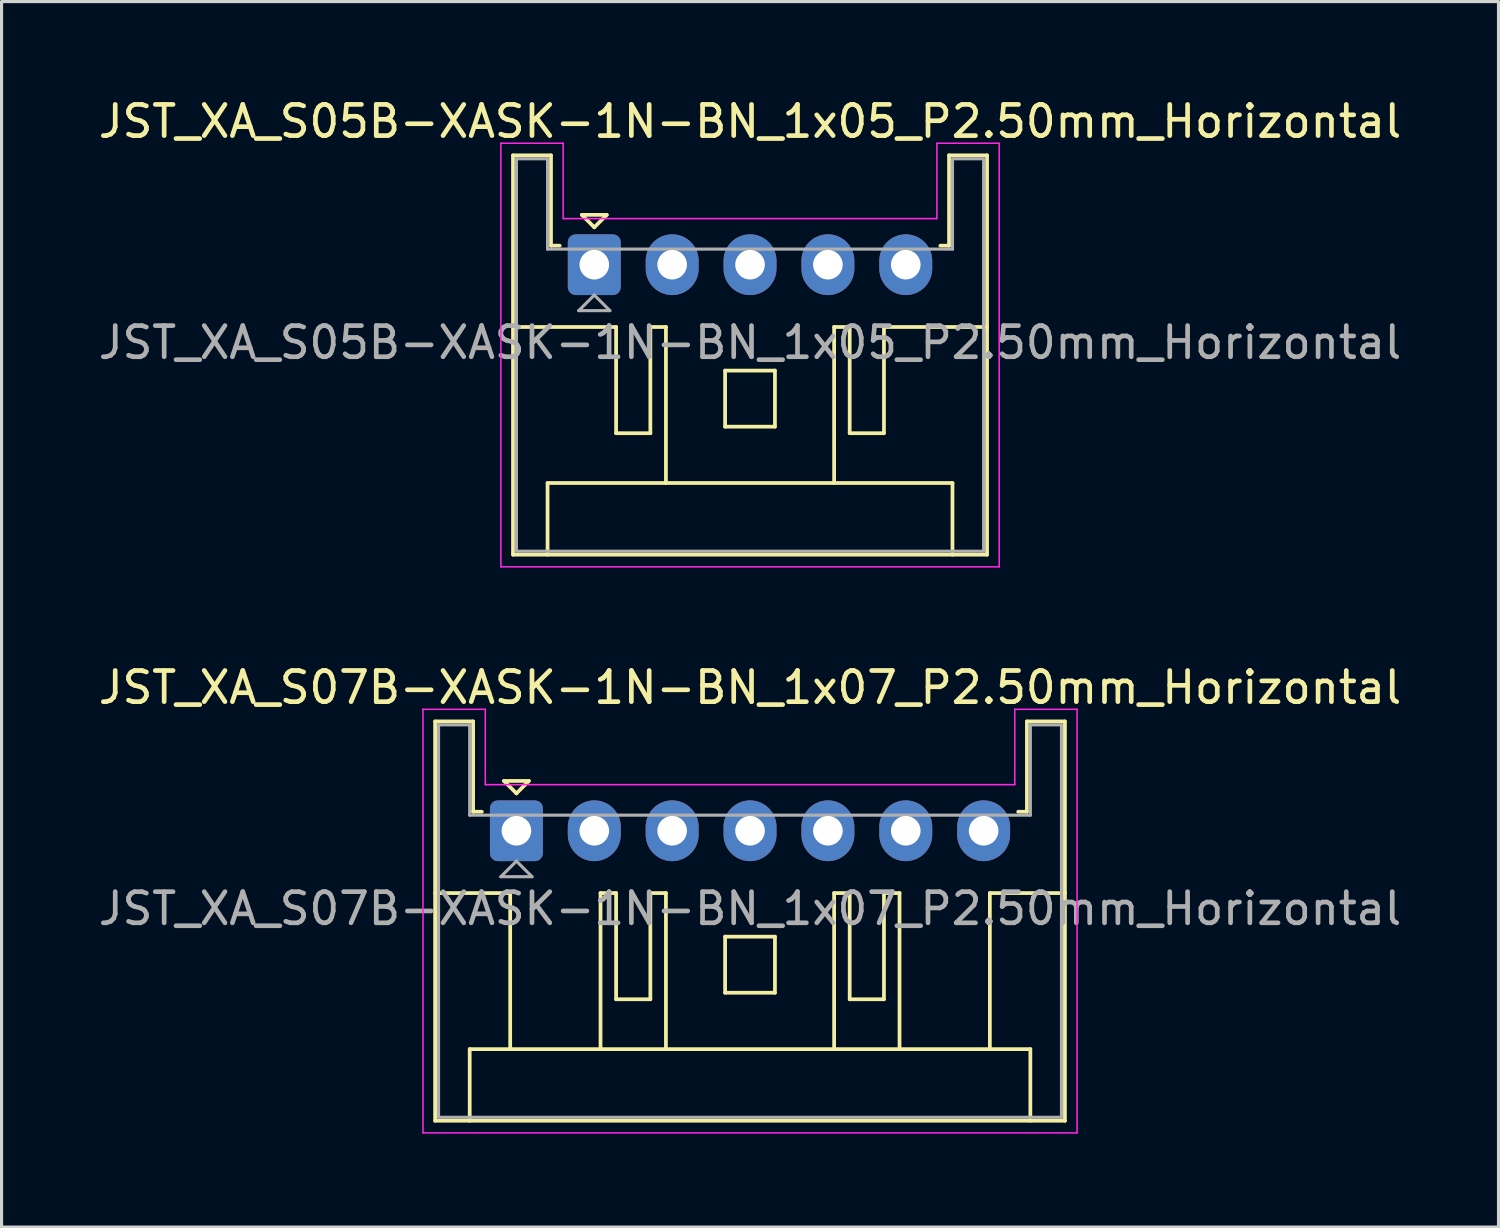
<source format=kicad_pcb>
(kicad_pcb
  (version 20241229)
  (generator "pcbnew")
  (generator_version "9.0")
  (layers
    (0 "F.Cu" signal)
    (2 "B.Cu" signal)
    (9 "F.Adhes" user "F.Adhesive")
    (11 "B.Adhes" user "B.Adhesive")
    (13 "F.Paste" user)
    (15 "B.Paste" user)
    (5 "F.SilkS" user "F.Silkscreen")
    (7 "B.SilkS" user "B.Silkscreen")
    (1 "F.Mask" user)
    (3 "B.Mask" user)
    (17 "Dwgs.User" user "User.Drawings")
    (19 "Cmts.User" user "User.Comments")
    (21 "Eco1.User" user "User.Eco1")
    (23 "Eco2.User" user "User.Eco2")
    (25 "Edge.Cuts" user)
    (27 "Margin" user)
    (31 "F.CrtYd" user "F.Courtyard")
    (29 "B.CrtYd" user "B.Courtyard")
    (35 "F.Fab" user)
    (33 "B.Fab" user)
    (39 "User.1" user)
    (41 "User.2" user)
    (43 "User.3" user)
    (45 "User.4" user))
  (footprint "JST_XA_S07B-XASK-1N-BN_1x07_P2.50mm_Horizontal"
    (layer "F.Cu")
    (at 13.53 23.622)
    (property "Reference" "JST_XA_S07B-XASK-1N-BN_1x07_P2.50mm_Horizontal" (at 7.5 -4.6 0) (layer "F.SilkS") (effects (font (size 1 1) (thickness 0.15))))
    (attr through_hole)
    (fp_line (start -2.61 -3.51) (end -2.61 9.31) (stroke (width 0.12) (type solid)) (layer "F.SilkS"))
    (fp_line (start -2.61 9.31) (end 17.61 9.31) (stroke (width 0.12) (type solid)) (layer "F.SilkS"))
    (fp_line (start -1.5 7.01) (end 16.5 7.01) (stroke (width 0.12) (type solid)) (layer "F.SilkS"))
    (fp_line (start -1.5 9.31) (end -1.5 7.01) (stroke (width 0.12) (type solid)) (layer "F.SilkS"))
    (fp_line (start -1.39 -3.51) (end -2.61 -3.51) (stroke (width 0.12) (type solid)) (layer "F.SilkS"))
    (fp_line (start -1.39 -0.61) (end -1.39 -3.51) (stroke (width 0.12) (type solid)) (layer "F.SilkS"))
    (fp_line (start -1.11 -0.61) (end -1.39 -0.61) (stroke (width 0.12) (type solid)) (layer "F.SilkS"))
    (fp_line (start -0.4 -1.6) (end 0.4 -1.6) (stroke (width 0.12) (type solid)) (layer "F.SilkS"))
    (fp_line (start -0.2 2) (end -2.61 2) (stroke (width 0.12) (type solid)) (layer "F.SilkS"))
    (fp_line (start -0.2 7.01) (end -0.2 2) (stroke (width 0.12) (type solid)) (layer "F.SilkS"))
    (fp_line (start 0 -1.2) (end -0.4 -1.6) (stroke (width 0.12) (type solid)) (layer "F.SilkS"))
    (fp_line (start 0.4 -1.6) (end 0 -1.2) (stroke (width 0.12) (type solid)) (layer "F.SilkS"))
    (fp_line (start 2.7 2) (end 2.7 7.01) (stroke (width 0.12) (type solid)) (layer "F.SilkS"))
    (fp_line (start 3.2 2) (end 2.7 2) (stroke (width 0.12) (type solid)) (layer "F.SilkS"))
    (fp_line (start 3.2 5.41) (end 3.2 2) (stroke (width 0.12) (type solid)) (layer "F.SilkS"))
    (fp_line (start 4.3 2) (end 4.3 5.41) (stroke (width 0.12) (type solid)) (layer "F.SilkS"))
    (fp_line (start 4.3 5.41) (end 3.2 5.41) (stroke (width 0.12) (type solid)) (layer "F.SilkS"))
    (fp_line (start 4.8 2) (end 4.3 2) (stroke (width 0.12) (type solid)) (layer "F.SilkS"))
    (fp_line (start 4.8 7.01) (end 4.8 2) (stroke (width 0.12) (type solid)) (layer "F.SilkS"))
    (fp_line (start 6.7 3.4) (end 8.3 3.4) (stroke (width 0.12) (type solid)) (layer "F.SilkS"))
    (fp_line (start 6.7 5.2) (end 6.7 3.4) (stroke (width 0.12) (type solid)) (layer "F.SilkS"))
    (fp_line (start 8.3 3.4) (end 8.3 5.2) (stroke (width 0.12) (type solid)) (layer "F.SilkS"))
    (fp_line (start 8.3 5.2) (end 6.7 5.2) (stroke (width 0.12) (type solid)) (layer "F.SilkS"))
    (fp_line (start 10.2 2) (end 10.7 2) (stroke (width 0.12) (type solid)) (layer "F.SilkS"))
    (fp_line (start 10.2 7.01) (end 10.2 2) (stroke (width 0.12) (type solid)) (layer "F.SilkS"))
    (fp_line (start 10.7 2) (end 10.7 5.41) (stroke (width 0.12) (type solid)) (layer "F.SilkS"))
    (fp_line (start 10.7 5.41) (end 11.8 5.41) (stroke (width 0.12) (type solid)) (layer "F.SilkS"))
    (fp_line (start 11.8 2) (end 12.3 2) (stroke (width 0.12) (type solid)) (layer "F.SilkS"))
    (fp_line (start 11.8 5.41) (end 11.8 2) (stroke (width 0.12) (type solid)) (layer "F.SilkS"))
    (fp_line (start 12.3 2) (end 12.3 7.01) (stroke (width 0.12) (type solid)) (layer "F.SilkS"))
    (fp_line (start 15.2 2) (end 17.61 2) (stroke (width 0.12) (type solid)) (layer "F.SilkS"))
    (fp_line (start 15.2 7.01) (end 15.2 2) (stroke (width 0.12) (type solid)) (layer "F.SilkS"))
    (fp_line (start 16.39 -3.51) (end 16.39 -0.61) (stroke (width 0.12) (type solid)) (layer "F.SilkS"))
    (fp_line (start 16.39 -0.61) (end 16.11 -0.61) (stroke (width 0.12) (type solid)) (layer "F.SilkS"))
    (fp_line (start 16.5 7.01) (end 16.5 9.31) (stroke (width 0.12) (type solid)) (layer "F.SilkS"))
    (fp_line (start 17.61 -3.51) (end 16.39 -3.51) (stroke (width 0.12) (type solid)) (layer "F.SilkS"))
    (fp_line (start 17.61 9.31) (end 17.61 -3.51) (stroke (width 0.12) (type solid)) (layer "F.SilkS"))
    (fp_line (start -3 -3.9) (end -1 -3.9) (stroke (width 0.05) (type solid)) (layer "F.CrtYd"))
    (fp_line (start -3 9.7) (end -3 -3.9) (stroke (width 0.05) (type solid)) (layer "F.CrtYd"))
    (fp_line (start -1 -3.9) (end -1 -1.48) (stroke (width 0.05) (type solid)) (layer "F.CrtYd"))
    (fp_line (start -1 -1.48) (end 16 -1.48) (stroke (width 0.05) (type solid)) (layer "F.CrtYd"))
    (fp_line (start 16 -3.9) (end 18 -3.9) (stroke (width 0.05) (type solid)) (layer "F.CrtYd"))
    (fp_line (start 16 -1.48) (end 16 -3.9) (stroke (width 0.05) (type solid)) (layer "F.CrtYd"))
    (fp_line (start 18 -3.9) (end 18 9.7) (stroke (width 0.05) (type solid)) (layer "F.CrtYd"))
    (fp_line (start 18 9.7) (end -3 9.7) (stroke (width 0.05) (type solid)) (layer "F.CrtYd"))
    (fp_line (start -2.5 -3.4) (end -2.5 9.2) (stroke (width 0.1) (type solid)) (layer "F.Fab"))
    (fp_line (start -2.5 9.2) (end 17.5 9.2) (stroke (width 0.1) (type solid)) (layer "F.Fab"))
    (fp_line (start -1.5 -3.4) (end -2.5 -3.4) (stroke (width 0.1) (type solid)) (layer "F.Fab"))
    (fp_line (start -1.5 -0.5) (end -1.5 -3.4) (stroke (width 0.1) (type solid)) (layer "F.Fab"))
    (fp_line (start -0.5 1.475) (end 0.5 1.475) (stroke (width 0.1) (type solid)) (layer "F.Fab"))
    (fp_line (start 0 0.975) (end -0.5 1.475) (stroke (width 0.1) (type solid)) (layer "F.Fab"))
    (fp_line (start 0.5 1.475) (end 0 0.975) (stroke (width 0.1) (type solid)) (layer "F.Fab"))
    (fp_line (start 16.5 -3.4) (end 16.5 -0.5) (stroke (width 0.1) (type solid)) (layer "F.Fab"))
    (fp_line (start 16.5 -0.5) (end -1.5 -0.5) (stroke (width 0.1) (type solid)) (layer "F.Fab"))
    (fp_line (start 17.5 -3.4) (end 16.5 -3.4) (stroke (width 0.1) (type solid)) (layer "F.Fab"))
    (fp_line (start 17.5 9.2) (end 17.5 -3.4) (stroke (width 0.1) (type solid)) (layer "F.Fab"))
    (fp_text user "${REFERENCE}" (at 7.5 2.5 0) (layer "F.Fab") (effects (font (size 1 1) (thickness 0.15))))
    (pad "1" thru_hole roundrect (at 0 0) (size 1.7 1.95) (drill 0.95) (layers "*.Cu" "*.Mask") (roundrect_rratio 0.147))
    (pad "2" thru_hole oval (at 2.5 0) (size 1.7 1.95) (drill 0.95) (layers "*.Cu" "*.Mask"))
    (pad "3" thru_hole oval (at 5 0) (size 1.7 1.95) (drill 0.95) (layers "*.Cu" "*.Mask"))
    (pad "4" thru_hole oval (at 7.5 0) (size 1.7 1.95) (drill 0.95) (layers "*.Cu" "*.Mask"))
    (pad "5" thru_hole oval (at 10 0) (size 1.7 1.95) (drill 0.95) (layers "*.Cu" "*.Mask"))
    (pad "6" thru_hole oval (at 12.5 0) (size 1.7 1.95) (drill 0.95) (layers "*.Cu" "*.Mask"))
    (pad "7" thru_hole oval (at 15 0) (size 1.7 1.95) (drill 0.95) (layers "*.Cu" "*.Mask")))
  (footprint "JST_XA_S05B-XASK-1N-BN_1x05_P2.50mm_Horizontal"
    (layer "F.Cu")
    (at 16.03 5.448)
    (property "Reference" "JST_XA_S05B-XASK-1N-BN_1x05_P2.50mm_Horizontal" (at 5 -4.6 0) (layer "F.SilkS") (effects (font (size 1 1) (thickness 0.15))))
    (attr through_hole)
    (fp_line (start -2.61 -3.51) (end -2.61 9.31) (stroke (width 0.12) (type solid)) (layer "F.SilkS"))
    (fp_line (start -2.61 9.31) (end 12.61 9.31) (stroke (width 0.12) (type solid)) (layer "F.SilkS"))
    (fp_line (start -1.5 7.01) (end 11.5 7.01) (stroke (width 0.12) (type solid)) (layer "F.SilkS"))
    (fp_line (start -1.5 9.31) (end -1.5 7.01) (stroke (width 0.12) (type solid)) (layer "F.SilkS"))
    (fp_line (start -1.39 -3.51) (end -2.61 -3.51) (stroke (width 0.12) (type solid)) (layer "F.SilkS"))
    (fp_line (start -1.39 -0.61) (end -1.39 -3.51) (stroke (width 0.12) (type solid)) (layer "F.SilkS"))
    (fp_line (start -1.11 -0.61) (end -1.39 -0.61) (stroke (width 0.12) (type solid)) (layer "F.SilkS"))
    (fp_line (start -0.4 -1.6) (end 0.4 -1.6) (stroke (width 0.12) (type solid)) (layer "F.SilkS"))
    (fp_line (start 0 -1.2) (end -0.4 -1.6) (stroke (width 0.12) (type solid)) (layer "F.SilkS"))
    (fp_line (start 0.4 -1.6) (end 0 -1.2) (stroke (width 0.12) (type solid)) (layer "F.SilkS"))
    (fp_line (start 0.7 2) (end -2.61 2) (stroke (width 0.12) (type solid)) (layer "F.SilkS"))
    (fp_line (start 0.7 5.41) (end 0.7 2) (stroke (width 0.12) (type solid)) (layer "F.SilkS"))
    (fp_line (start 1.8 2) (end 1.8 5.41) (stroke (width 0.12) (type solid)) (layer "F.SilkS"))
    (fp_line (start 1.8 5.41) (end 0.7 5.41) (stroke (width 0.12) (type solid)) (layer "F.SilkS"))
    (fp_line (start 2.3 2) (end 1.8 2) (stroke (width 0.12) (type solid)) (layer "F.SilkS"))
    (fp_line (start 2.3 7.01) (end 2.3 2) (stroke (width 0.12) (type solid)) (layer "F.SilkS"))
    (fp_line (start 4.2 3.4) (end 5.8 3.4) (stroke (width 0.12) (type solid)) (layer "F.SilkS"))
    (fp_line (start 4.2 5.2) (end 4.2 3.4) (stroke (width 0.12) (type solid)) (layer "F.SilkS"))
    (fp_line (start 5.8 3.4) (end 5.8 5.2) (stroke (width 0.12) (type solid)) (layer "F.SilkS"))
    (fp_line (start 5.8 5.2) (end 4.2 5.2) (stroke (width 0.12) (type solid)) (layer "F.SilkS"))
    (fp_line (start 7.7 2) (end 8.2 2) (stroke (width 0.12) (type solid)) (layer "F.SilkS"))
    (fp_line (start 7.7 7.01) (end 7.7 2) (stroke (width 0.12) (type solid)) (layer "F.SilkS"))
    (fp_line (start 8.2 2) (end 8.2 5.41) (stroke (width 0.12) (type solid)) (layer "F.SilkS"))
    (fp_line (start 8.2 5.41) (end 9.3 5.41) (stroke (width 0.12) (type solid)) (layer "F.SilkS"))
    (fp_line (start 9.3 2) (end 12.61 2) (stroke (width 0.12) (type solid)) (layer "F.SilkS"))
    (fp_line (start 9.3 5.41) (end 9.3 2) (stroke (width 0.12) (type solid)) (layer "F.SilkS"))
    (fp_line (start 11.39 -3.51) (end 11.39 -0.61) (stroke (width 0.12) (type solid)) (layer "F.SilkS"))
    (fp_line (start 11.39 -0.61) (end 11.11 -0.61) (stroke (width 0.12) (type solid)) (layer "F.SilkS"))
    (fp_line (start 11.5 7.01) (end 11.5 9.31) (stroke (width 0.12) (type solid)) (layer "F.SilkS"))
    (fp_line (start 12.61 -3.51) (end 11.39 -3.51) (stroke (width 0.12) (type solid)) (layer "F.SilkS"))
    (fp_line (start 12.61 9.31) (end 12.61 -3.51) (stroke (width 0.12) (type solid)) (layer "F.SilkS"))
    (fp_line (start -3 -3.9) (end -1 -3.9) (stroke (width 0.05) (type solid)) (layer "F.CrtYd"))
    (fp_line (start -3 9.7) (end -3 -3.9) (stroke (width 0.05) (type solid)) (layer "F.CrtYd"))
    (fp_line (start -1 -3.9) (end -1 -1.48) (stroke (width 0.05) (type solid)) (layer "F.CrtYd"))
    (fp_line (start -1 -1.48) (end 11 -1.48) (stroke (width 0.05) (type solid)) (layer "F.CrtYd"))
    (fp_line (start 11 -3.9) (end 13 -3.9) (stroke (width 0.05) (type solid)) (layer "F.CrtYd"))
    (fp_line (start 11 -1.48) (end 11 -3.9) (stroke (width 0.05) (type solid)) (layer "F.CrtYd"))
    (fp_line (start 13 -3.9) (end 13 9.7) (stroke (width 0.05) (type solid)) (layer "F.CrtYd"))
    (fp_line (start 13 9.7) (end -3 9.7) (stroke (width 0.05) (type solid)) (layer "F.CrtYd"))
    (fp_line (start -2.5 -3.4) (end -2.5 9.2) (stroke (width 0.1) (type solid)) (layer "F.Fab"))
    (fp_line (start -2.5 9.2) (end 12.5 9.2) (stroke (width 0.1) (type solid)) (layer "F.Fab"))
    (fp_line (start -1.5 -3.4) (end -2.5 -3.4) (stroke (width 0.1) (type solid)) (layer "F.Fab"))
    (fp_line (start -1.5 -0.5) (end -1.5 -3.4) (stroke (width 0.1) (type solid)) (layer "F.Fab"))
    (fp_line (start -0.5 1.475) (end 0.5 1.475) (stroke (width 0.1) (type solid)) (layer "F.Fab"))
    (fp_line (start 0 0.975) (end -0.5 1.475) (stroke (width 0.1) (type solid)) (layer "F.Fab"))
    (fp_line (start 0.5 1.475) (end 0 0.975) (stroke (width 0.1) (type solid)) (layer "F.Fab"))
    (fp_line (start 11.5 -3.4) (end 11.5 -0.5) (stroke (width 0.1) (type solid)) (layer "F.Fab"))
    (fp_line (start 11.5 -0.5) (end -1.5 -0.5) (stroke (width 0.1) (type solid)) (layer "F.Fab"))
    (fp_line (start 12.5 -3.4) (end 11.5 -3.4) (stroke (width 0.1) (type solid)) (layer "F.Fab"))
    (fp_line (start 12.5 9.2) (end 12.5 -3.4) (stroke (width 0.1) (type solid)) (layer "F.Fab"))
    (fp_text user "${REFERENCE}" (at 5 2.5 0) (layer "F.Fab") (effects (font (size 1 1) (thickness 0.15))))
    (pad "1" thru_hole roundrect (at 0 0) (size 1.7 1.95) (drill 0.95) (layers "*.Cu" "*.Mask") (roundrect_rratio 0.147))
    (pad "2" thru_hole oval (at 2.5 0) (size 1.7 1.95) (drill 0.95) (layers "*.Cu" "*.Mask"))
    (pad "3" thru_hole oval (at 5 0) (size 1.7 1.95) (drill 0.95) (layers "*.Cu" "*.Mask"))
    (pad "4" thru_hole oval (at 7.5 0) (size 1.7 1.95) (drill 0.95) (layers "*.Cu" "*.Mask"))
    (pad "5" thru_hole oval (at 10 0) (size 1.7 1.95) (drill 0.95) (layers "*.Cu" "*.Mask")))
  (gr_rect
    (start -3 -3)
    (end 45.06 36.346)
    (stroke (width 0.1) (type default))
    (fill no)
    (layer "Edge.Cuts")))
</source>
